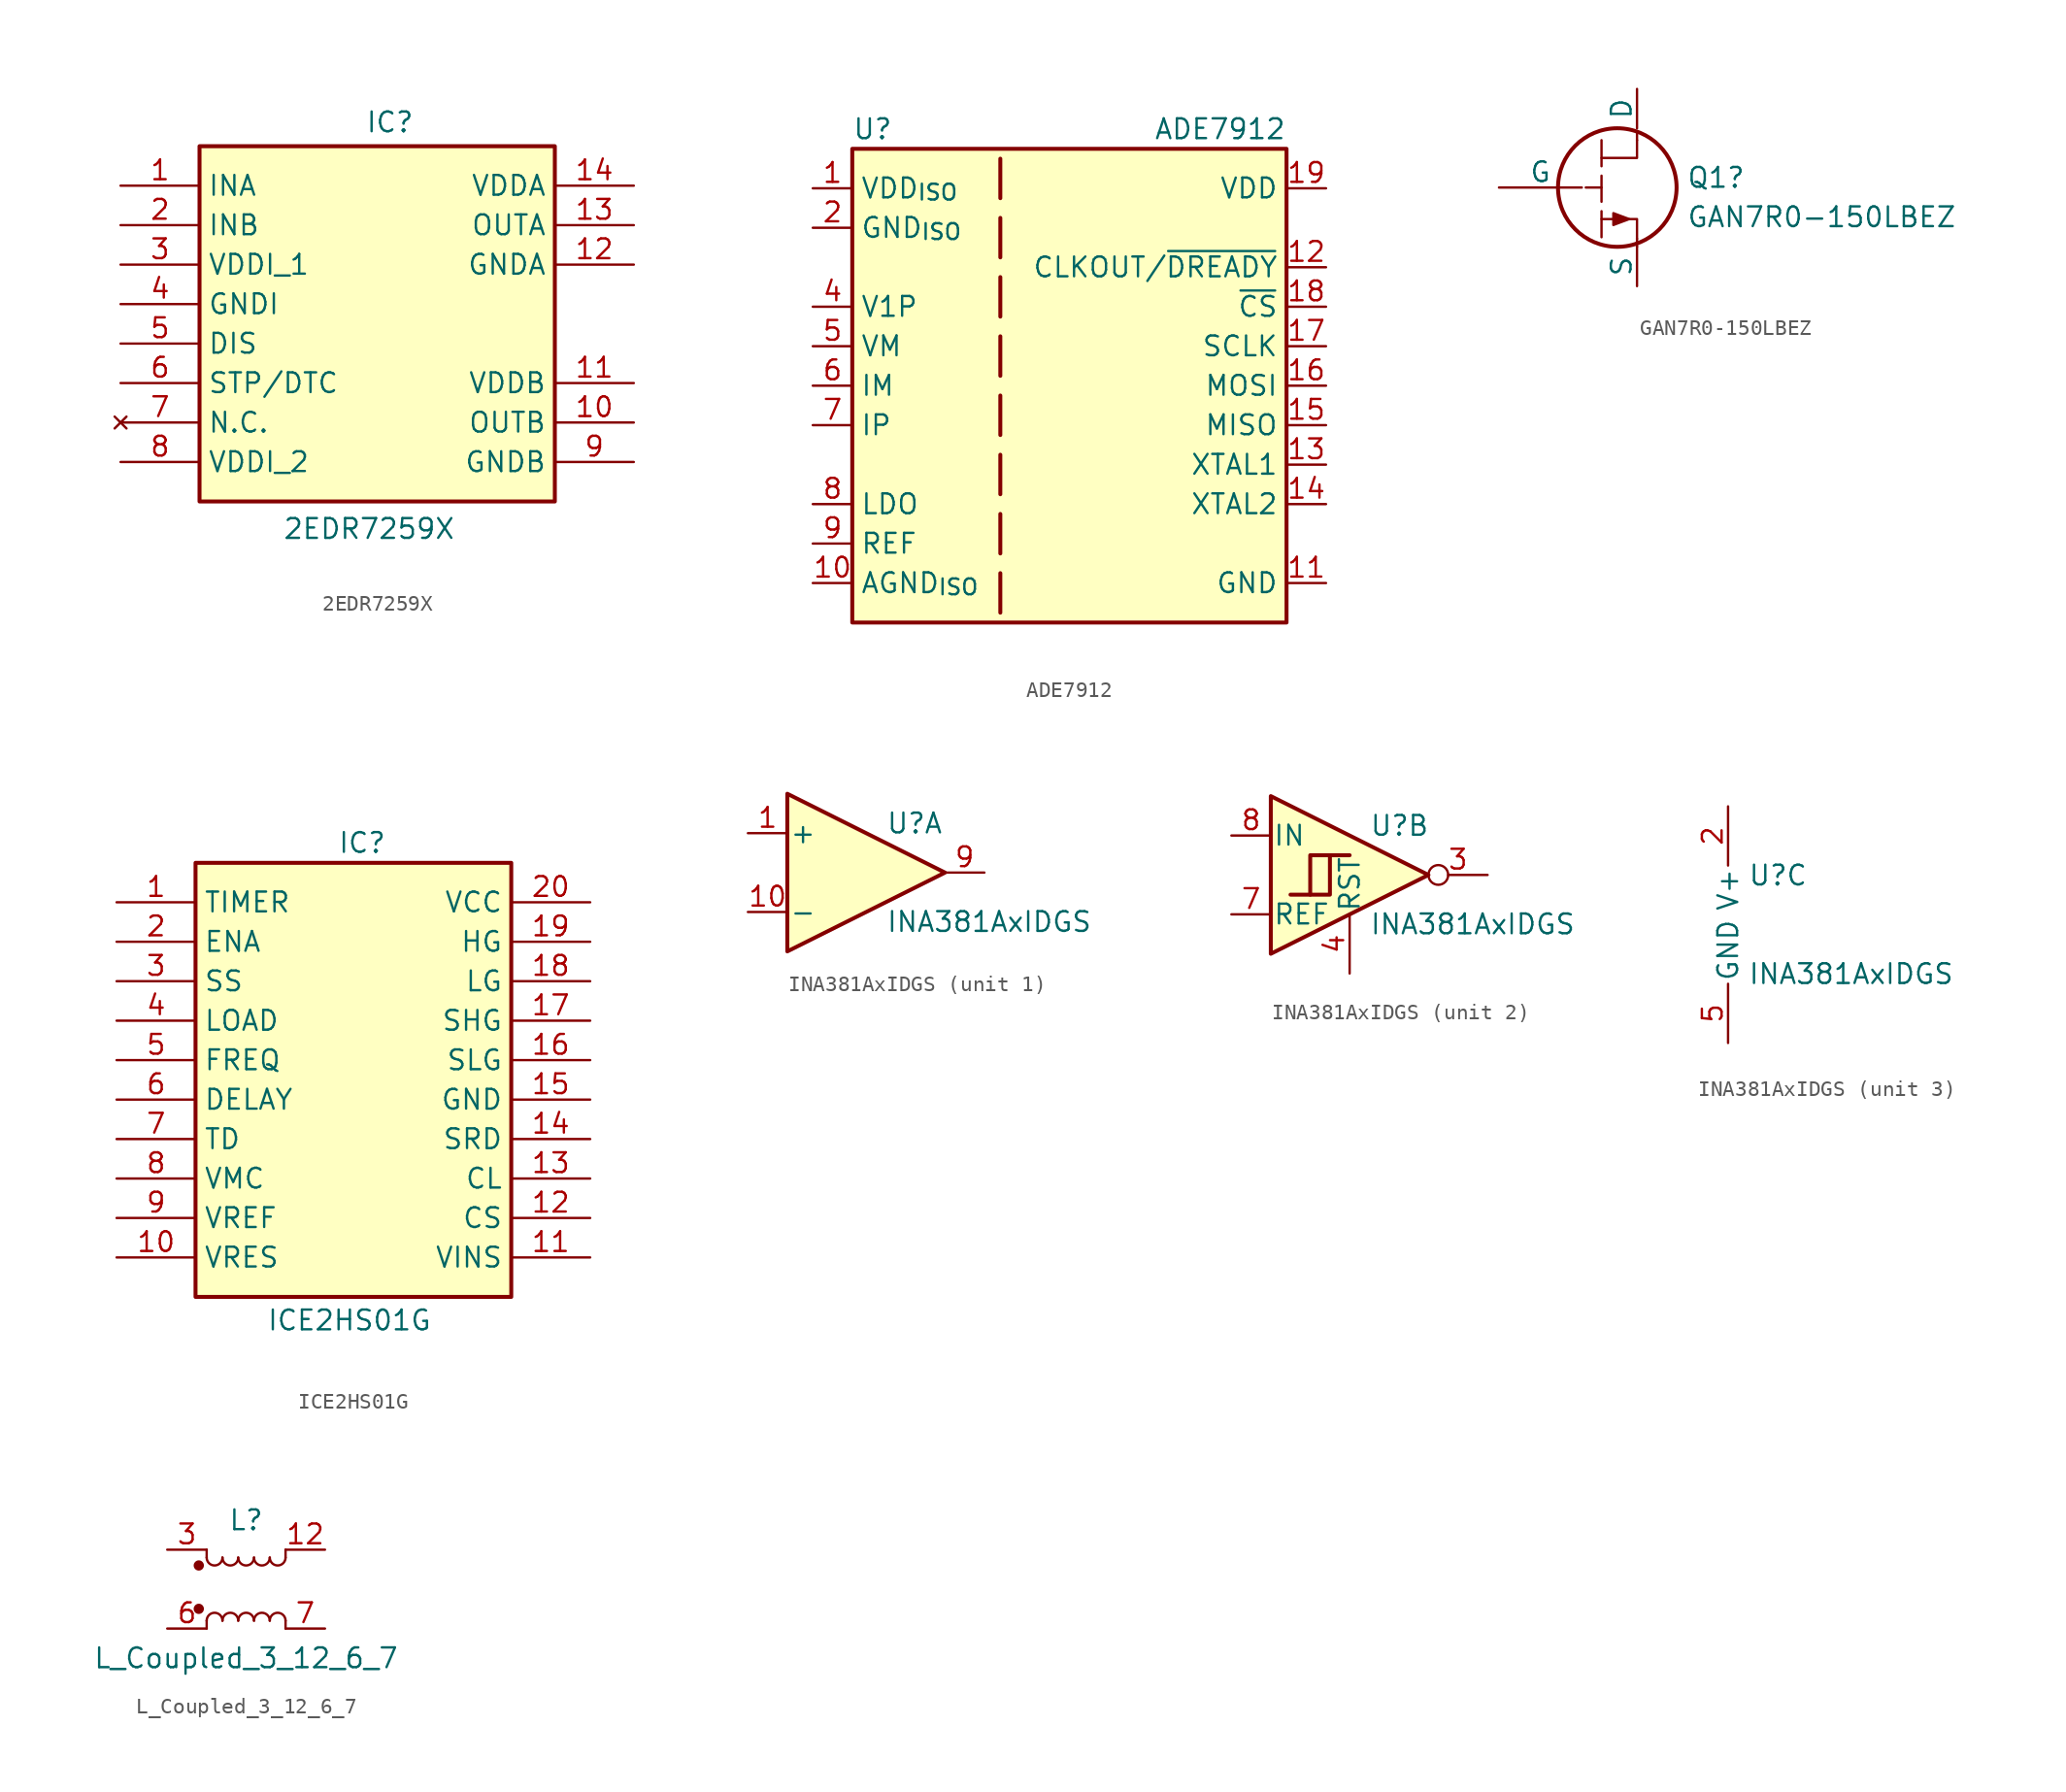
<source format=kicad_sym>
(kicad_symbol_lib
  (version 20231120)
  (generator "kicad_symbol_editor")
  (generator_version "8.0")
  (symbol "2EDR7259X"
    (property "Reference" "IC"
      (at -0.762 13.716 0)
      (effects (font (size 1.27 1.27)) (justify left top)))
    (property "Value" "2EDR7259X"
      (at -6.096 -12.446 0)
      (effects (font (size 1.27 1.27)) (justify left top)))
    (symbol "2EDR7259X_1_1"
      (rectangle (start -11.43 11.43) (end 11.43 -11.43) (stroke (width 0.254) (type default)) (fill (type background)))
      (pin passive line (at -16.51 8.89 0) (length 5.08) (name "INA" (effects (font (size 1.27 1.27)))) (number "1" (effects (font (size 1.27 1.27)))))
      (pin passive line (at 16.51 -6.35 180) (length 5.08) (name "OUTB" (effects (font (size 1.27 1.27)))) (number "10" (effects (font (size 1.27 1.27)))))
      (pin passive line (at 16.51 -3.81 180) (length 5.08) (name "VDDB" (effects (font (size 1.27 1.27)))) (number "11" (effects (font (size 1.27 1.27)))))
      (pin passive line (at 16.51 3.81 180) (length 5.08) (name "GNDA" (effects (font (size 1.27 1.27)))) (number "12" (effects (font (size 1.27 1.27)))))
      (pin passive line (at 16.51 6.35 180) (length 5.08) (name "OUTA" (effects (font (size 1.27 1.27)))) (number "13" (effects (font (size 1.27 1.27)))))
      (pin passive line (at 16.51 8.89 180) (length 5.08) (name "VDDA" (effects (font (size 1.27 1.27)))) (number "14" (effects (font (size 1.27 1.27)))))
      (pin passive line (at -16.51 6.35 0) (length 5.08) (name "INB" (effects (font (size 1.27 1.27)))) (number "2" (effects (font (size 1.27 1.27)))))
      (pin passive line (at -16.51 3.81 0) (length 5.08) (name "VDDI_1" (effects (font (size 1.27 1.27)))) (number "3" (effects (font (size 1.27 1.27)))))
      (pin passive line (at -16.51 1.27 0) (length 5.08) (name "GNDI" (effects (font (size 1.27 1.27)))) (number "4" (effects (font (size 1.27 1.27)))))
      (pin passive line (at -16.51 -1.27 0) (length 5.08) (name "DIS" (effects (font (size 1.27 1.27)))) (number "5" (effects (font (size 1.27 1.27)))))
      (pin passive line (at -16.51 -3.81 0) (length 5.08) (name "STP/DTC" (effects (font (size 1.27 1.27)))) (number "6" (effects (font (size 1.27 1.27)))))
      (pin no_connect line (at -16.51 -6.35 0) (length 5.08) (name "N.C." (effects (font (size 1.27 1.27)))) (number "7" (effects (font (size 1.27 1.27)))))
      (pin passive line (at -16.51 -8.89 0) (length 5.08) (name "VDDI_2" (effects (font (size 1.27 1.27)))) (number "8" (effects (font (size 1.27 1.27)))))
      (pin passive line (at 16.51 -8.89 180) (length 5.08) (name "GNDB" (effects (font (size 1.27 1.27)))) (number "9" (effects (font (size 1.27 1.27)))))))
  (symbol "ADE7912"
    (property "Reference" "U"
      (at -13.97 16.51 0)
      (effects (font (size 1.27 1.27)) (justify left)))
    (property "Value" "ADE7912"
      (at 13.97 16.51 0)
      (effects (font (size 1.27 1.27)) (justify right)))
    (symbol "ADE7912_0_1"
      (polyline (pts (xy -4.445 -12.065) (xy -4.445 -14.605)) (stroke (width 0.254) (type default)) (fill (type none)))
      (polyline (pts (xy -4.445 -8.255) (xy -4.445 -10.795)) (stroke (width 0.254) (type default)) (fill (type none)))
      (polyline (pts (xy -4.445 -4.445) (xy -4.445 -6.985)) (stroke (width 0.254) (type default)) (fill (type none)))
      (polyline (pts (xy -4.445 -0.635) (xy -4.445 -3.175)) (stroke (width 0.254) (type default)) (fill (type none)))
      (polyline (pts (xy -4.445 3.175) (xy -4.445 0.635)) (stroke (width 0.254) (type default)) (fill (type none)))
      (polyline (pts (xy -4.445 6.985) (xy -4.445 4.445)) (stroke (width 0.254) (type default)) (fill (type none)))
      (polyline (pts (xy -4.445 10.795) (xy -4.445 8.255)) (stroke (width 0.254) (type default)) (fill (type none)))
      (polyline (pts (xy -4.445 14.605) (xy -4.445 12.065)) (stroke (width 0.254) (type default)) (fill (type none))))
    (symbol "ADE7912_1_1"
      (rectangle (start -13.97 15.24) (end 13.97 -15.24) (stroke (width 0.254) (type default)) (fill (type background)))
      (pin power_in line (at -16.51 12.7 0) (length 2.54) (name "VDD_{ISO}" (effects (font (size 1.27 1.27)))) (number "1" (effects (font (size 1.27 1.27)))))
      (pin power_in line (at -16.51 -12.7 0) (length 2.54) (name "AGND_{ISO}" (effects (font (size 1.27 1.27)))) (number "10" (effects (font (size 1.27 1.27)))))
      (pin power_in line (at 16.51 -12.7 180) (length 2.54) (name "GND" (effects (font (size 1.27 1.27)))) (number "11" (effects (font (size 1.27 1.27)))))
      (pin output line (at 16.51 7.62 180) (length 2.54) (name "CLKOUT/~{DREADY}" (effects (font (size 1.27 1.27)))) (number "12" (effects (font (size 1.27 1.27)))) (alternate "CLKOUT" output line) (alternate "~{DREADY}" output line))
      (pin input line (at 16.51 -5.08 180) (length 2.54) (name "XTAL1" (effects (font (size 1.27 1.27)))) (number "13" (effects (font (size 1.27 1.27)))))
      (pin input line (at 16.51 -7.62 180) (length 2.54) (name "XTAL2" (effects (font (size 1.27 1.27)))) (number "14" (effects (font (size 1.27 1.27)))))
      (pin output line (at 16.51 -2.54 180) (length 2.54) (name "MISO" (effects (font (size 1.27 1.27)))) (number "15" (effects (font (size 1.27 1.27)))))
      (pin input line (at 16.51 0 180) (length 2.54) (name "MOSI" (effects (font (size 1.27 1.27)))) (number "16" (effects (font (size 1.27 1.27)))))
      (pin input line (at 16.51 2.54 180) (length 2.54) (name "SCLK" (effects (font (size 1.27 1.27)))) (number "17" (effects (font (size 1.27 1.27)))))
      (pin input line (at 16.51 5.08 180) (length 2.54) (name "~{CS}" (effects (font (size 1.27 1.27)))) (number "18" (effects (font (size 1.27 1.27)))))
      (pin power_in line (at 16.51 12.7 180) (length 2.54) (name "VDD" (effects (font (size 1.27 1.27)))) (number "19" (effects (font (size 1.27 1.27)))))
      (pin power_in line (at -16.51 10.16 0) (length 2.54) (name "GND_{ISO}" (effects (font (size 1.27 1.27)))) (number "2" (effects (font (size 1.27 1.27)))))
      (pin power_in line (at 16.51 -12.7 180) (length 2.54) hide (name "GND" (effects (font (size 1.27 1.27)))) (number "20" (effects (font (size 1.27 1.27)))))
      (pin input line (at -16.51 2.54 0) (length 2.54) hide (name "V2P" (effects (font (size 1.27 1.27)))) (number "3" (effects (font (size 1.27 1.27)))))
      (pin input line (at -16.51 5.08 0) (length 2.54) (name "V1P" (effects (font (size 1.27 1.27)))) (number "4" (effects (font (size 1.27 1.27)))))
      (pin input line (at -16.51 2.54 0) (length 2.54) (name "VM" (effects (font (size 1.27 1.27)))) (number "5" (effects (font (size 1.27 1.27)))))
      (pin input line (at -16.51 0 0) (length 2.54) (name "IM" (effects (font (size 1.27 1.27)))) (number "6" (effects (font (size 1.27 1.27)))))
      (pin input line (at -16.51 -2.54 0) (length 2.54) (name "IP" (effects (font (size 1.27 1.27)))) (number "7" (effects (font (size 1.27 1.27)))))
      (pin power_out line (at -16.51 -7.62 0) (length 2.54) (name "LDO" (effects (font (size 1.27 1.27)))) (number "8" (effects (font (size 1.27 1.27)))))
      (pin power_out line (at -16.51 -10.16 0) (length 2.54) (name "REF" (effects (font (size 1.27 1.27)))) (number "9" (effects (font (size 1.27 1.27)))))))
  (symbol "GAN7R0-150LBEZ"
    (pin_numbers hide)
    (pin_names
      (offset 0))
    (property "Reference" "Q1"
      (at 5.715 0.635 0)
      (effects (font (size 1.27 1.27)) (justify left)))
    (property "Value" "GAN7R0-150LBEZ "
      (at 5.715 -1.905 0)
      (effects (font (size 1.27 1.27)) (justify left)))
    (symbol "GAN7R0-150LBEZ_0_1"
      (polyline (pts (xy -0.762 0) (xy 0.254 0)) (stroke (width 0) (type default)) (fill (type none)))
      (polyline (pts (xy 0.254 3.048) (xy 0.254 -3.302)) (stroke (width 0) (type dash)) (fill (type none)))
      (polyline (pts (xy 2.54 -3.302) (xy 2.54 -3.81)) (stroke (width 0) (type default)) (fill (type none)))
      (polyline (pts (xy 2.54 3.048) (xy 2.54 3.556)) (stroke (width 0) (type default)) (fill (type none)))
      (polyline (pts (xy 2.54 -3.302) (xy 2.54 -2.032) (xy 0.254 -2.032)) (stroke (width 0) (type default)) (fill (type none)))
      (polyline (pts (xy 2.54 3.048) (xy 2.54 1.905) (xy 0.254 1.905)) (stroke (width 0) (type default)) (fill (type none)))
      (polyline (pts (xy 2.032 -2.032) (xy 1.016 -1.651) (xy 1.016 -2.413) (xy 2.032 -2.032)) (stroke (width 0) (type default)) (fill (type outline)))
      (circle (center 1.27 0) (radius 3.818) (stroke (width 0.254) (type default)) (fill (type none))))
    (symbol "GAN7R0-150LBEZ_1_1"
      (pin passive line (at 2.54 6.35 270) (length 2.54) (name "D" (effects (font (size 1.27 1.27)))) (number "1" (effects (font (size 1.27 1.27)))))
      (pin input line (at -6.35 0 0) (length 5.334) (name "G" (effects (font (size 1.27 1.27)))) (number "2" (effects (font (size 1.27 1.27)))))
      (pin passive line (at 2.54 -6.35 90) (length 2.54) (name "S" (effects (font (size 1.27 1.27)))) (number "3" (effects (font (size 1.27 1.27)))))))
  (symbol "ICE2HS01G"
    (property "Reference" "IC"
      (at -1.016 16.002 0)
      (effects (font (size 1.27 1.27)) (justify left top)))
    (property "Value" "ICE2HS01G"
      (at -5.588 -14.732 0)
      (effects (font (size 1.27 1.27)) (justify left top)))
    (symbol "ICE2HS01G_1_1"
      (rectangle (start -10.16 13.97) (end 10.16 -13.97) (stroke (width 0.254) (type default)) (fill (type background)))
      (pin passive line (at -15.24 11.43 0) (length 5.08) (name "TIMER" (effects (font (size 1.27 1.27)))) (number "1" (effects (font (size 1.27 1.27)))))
      (pin passive line (at -15.24 -11.43 0) (length 5.08) (name "VRES" (effects (font (size 1.27 1.27)))) (number "10" (effects (font (size 1.27 1.27)))))
      (pin passive line (at 15.24 -11.43 180) (length 5.08) (name "VINS" (effects (font (size 1.27 1.27)))) (number "11" (effects (font (size 1.27 1.27)))))
      (pin passive line (at 15.24 -8.89 180) (length 5.08) (name "CS" (effects (font (size 1.27 1.27)))) (number "12" (effects (font (size 1.27 1.27)))))
      (pin passive line (at 15.24 -6.35 180) (length 5.08) (name "CL" (effects (font (size 1.27 1.27)))) (number "13" (effects (font (size 1.27 1.27)))))
      (pin passive line (at 15.24 -3.81 180) (length 5.08) (name "SRD" (effects (font (size 1.27 1.27)))) (number "14" (effects (font (size 1.27 1.27)))))
      (pin passive line (at 15.24 -1.27 180) (length 5.08) (name "GND" (effects (font (size 1.27 1.27)))) (number "15" (effects (font (size 1.27 1.27)))))
      (pin passive line (at 15.24 1.27 180) (length 5.08) (name "SLG" (effects (font (size 1.27 1.27)))) (number "16" (effects (font (size 1.27 1.27)))))
      (pin passive line (at 15.24 3.81 180) (length 5.08) (name "SHG" (effects (font (size 1.27 1.27)))) (number "17" (effects (font (size 1.27 1.27)))))
      (pin passive line (at 15.24 6.35 180) (length 5.08) (name "LG" (effects (font (size 1.27 1.27)))) (number "18" (effects (font (size 1.27 1.27)))))
      (pin passive line (at 15.24 8.89 180) (length 5.08) (name "HG" (effects (font (size 1.27 1.27)))) (number "19" (effects (font (size 1.27 1.27)))))
      (pin passive line (at -15.24 8.89 0) (length 5.08) (name "ENA" (effects (font (size 1.27 1.27)))) (number "2" (effects (font (size 1.27 1.27)))))
      (pin passive line (at 15.24 11.43 180) (length 5.08) (name "VCC" (effects (font (size 1.27 1.27)))) (number "20" (effects (font (size 1.27 1.27)))))
      (pin passive line (at -15.24 6.35 0) (length 5.08) (name "SS" (effects (font (size 1.27 1.27)))) (number "3" (effects (font (size 1.27 1.27)))))
      (pin passive line (at -15.24 3.81 0) (length 5.08) (name "LOAD" (effects (font (size 1.27 1.27)))) (number "4" (effects (font (size 1.27 1.27)))))
      (pin passive line (at -15.24 1.27 0) (length 5.08) (name "FREQ" (effects (font (size 1.27 1.27)))) (number "5" (effects (font (size 1.27 1.27)))))
      (pin passive line (at -15.24 -1.27 0) (length 5.08) (name "DELAY" (effects (font (size 1.27 1.27)))) (number "6" (effects (font (size 1.27 1.27)))))
      (pin passive line (at -15.24 -3.81 0) (length 5.08) (name "TD" (effects (font (size 1.27 1.27)))) (number "7" (effects (font (size 1.27 1.27)))))
      (pin passive line (at -15.24 -6.35 0) (length 5.08) (name "VMC" (effects (font (size 1.27 1.27)))) (number "8" (effects (font (size 1.27 1.27)))))
      (pin passive line (at -15.24 -8.89 0) (length 5.08) (name "VREF" (effects (font (size 1.27 1.27)))) (number "9" (effects (font (size 1.27 1.27)))))))
  (symbol "INA381AxIDGS"
    (pin_names
      (offset 0.127))
    (property "Reference" "U"
      (at 1.27 3.175 0)
      (effects (font (size 1.27 1.27)) (justify left)))
    (property "Value" "INA381AxIDGS"
      (at 1.27 -3.175 0)
      (effects (font (size 1.27 1.27)) (justify left)))
    (property "ki_locked" ""
      (at 0 0 0)
      (effects (font (size 1.27 1.27))))
    (symbol "INA381AxIDGS_1_1"
      (polyline (pts (xy -5.08 5.08) (xy 5.08 0) (xy -5.08 -5.08) (xy -5.08 5.08)) (stroke (width 0.254) (type default)) (fill (type background)))
      (pin input line (at -7.62 2.54 0) (length 2.54) (name "+" (effects (font (size 1.27 1.27)))) (number "1" (effects (font (size 1.27 1.27)))))
      (pin input line (at -7.62 -2.54 0) (length 2.54) (name "-" (effects (font (size 1.27 1.27)))) (number "10" (effects (font (size 1.27 1.27)))))
      (pin no_connect line (at -2.54 -3.81 90) (length 2.54) hide (name "NC" (effects (font (size 1.27 1.27)))) (number "6" (effects (font (size 1.27 1.27)))))
      (pin output line (at 7.62 0 180) (length 2.54) (name "~" (effects (font (size 1.27 1.27)))) (number "9" (effects (font (size 1.27 1.27))))))
    (symbol "INA381AxIDGS_2_1"
      (polyline (pts (xy -2.54 -1.27) (xy -1.27 -1.27) (xy -1.27 1.27)) (stroke (width 0.254) (type default)) (fill (type background)))
      (polyline (pts (xy -5.08 5.08) (xy 5.08 0) (xy -5.08 -5.08) (xy -5.08 5.08)) (stroke (width 0.254) (type default)) (fill (type background)))
      (polyline (pts (xy -3.81 -1.27) (xy -2.54 -1.27) (xy -2.54 1.27) (xy 0 1.27)) (stroke (width 0.254) (type default)) (fill (type background)))
      (pin open_collector inverted (at 8.89 0 180) (length 3.81) (name "~" (effects (font (size 1.27 1.27)))) (number "3" (effects (font (size 1.27 1.27)))))
      (pin input line (at 0 -6.35 90) (length 3.81) (name "RST" (effects (font (size 1.27 1.27)))) (number "4" (effects (font (size 1.27 1.27)))))
      (pin input line (at -7.62 -2.54 0) (length 2.54) (name "REF" (effects (font (size 1.27 1.27)))) (number "7" (effects (font (size 1.27 1.27)))))
      (pin input line (at -7.62 2.54 0) (length 2.54) (name "IN" (effects (font (size 1.27 1.27)))) (number "8" (effects (font (size 1.27 1.27))))))
    (symbol "INA381AxIDGS_3_1"
      (pin power_in line (at 0 7.62 270) (length 3.81) (name "V+" (effects (font (size 1.27 1.27)))) (number "2" (effects (font (size 1.27 1.27)))))
      (pin power_in line (at 0 -7.62 90) (length 3.81) (name "GND" (effects (font (size 1.27 1.27)))) (number "5" (effects (font (size 1.27 1.27)))))))
  (symbol "L_Coupled_3_12_6_7"
    (pin_names
      (offset 0.254) hide)
    (property "Reference" "L"
      (at 0 4.445 0)
      (effects (font (size 1.27 1.27))))
    (property "Value" "L_Coupled_3_12_6_7"
      (at 0 -4.445 0)
      (effects (font (size 1.27 1.27))))
    (symbol "L_Coupled_3_12_6_7_0_1"
      (circle (center -3.048 -1.27) (radius 0.254) (stroke (width 0) (type default)) (fill (type outline)))
      (circle (center -3.048 1.524) (radius 0.254) (stroke (width 0) (type default)) (fill (type outline)))
      (arc (start -2.54 2.032) (mid -2.032 1.5262) (end -1.524 2.032) (stroke (width 0) (type default)) (fill (type none)))
      (arc (start -1.524 -2.032) (mid -2.032 -1.5262) (end -2.54 -2.032) (stroke (width 0) (type default)) (fill (type none)))
      (arc (start -1.524 2.032) (mid -1.016 1.5262) (end -0.508 2.032) (stroke (width 0) (type default)) (fill (type none)))
      (arc (start -0.508 -2.032) (mid -1.016 -1.5262) (end -1.524 -2.032) (stroke (width 0) (type default)) (fill (type none)))
      (arc (start -0.508 2.032) (mid 0 1.5262) (end 0.508 2.032) (stroke (width 0) (type default)) (fill (type none)))
      (polyline (pts (xy -2.54 -2.032) (xy -2.54 -2.54)) (stroke (width 0) (type default)) (fill (type none)))
      (polyline (pts (xy -2.54 2.032) (xy -2.54 2.54)) (stroke (width 0) (type default)) (fill (type none)))
      (polyline (pts (xy 2.54 -2.032) (xy 2.54 -2.54)) (stroke (width 0) (type default)) (fill (type none)))
      (polyline (pts (xy 2.54 2.54) (xy 2.54 2.032)) (stroke (width 0) (type default)) (fill (type none)))
      (arc (start 0.508 -2.032) (mid 0 -1.5262) (end -0.508 -2.032) (stroke (width 0) (type default)) (fill (type none)))
      (arc (start 0.508 2.032) (mid 1.016 1.5262) (end 1.524 2.032) (stroke (width 0) (type default)) (fill (type none)))
      (arc (start 1.524 -2.032) (mid 1.016 -1.5262) (end 0.508 -2.032) (stroke (width 0) (type default)) (fill (type none)))
      (arc (start 1.524 2.032) (mid 2.032 1.5262) (end 2.54 2.032) (stroke (width 0) (type default)) (fill (type none)))
      (arc (start 2.54 -2.032) (mid 2.032 -1.5262) (end 1.524 -2.032) (stroke (width 0) (type default)) (fill (type none))))
    (symbol "L_Coupled_3_12_6_7_1_1"
      (pin passive line (at 5.08 2.54 180) (length 2.54) (name "12" (effects (font (size 1.27 1.27)))) (number "12" (effects (font (size 1.27 1.27)))))
      (pin passive line (at -5.08 2.54 0) (length 2.54) (name "3" (effects (font (size 1.27 1.27)))) (number "3" (effects (font (size 1.27 1.27)))))
      (pin passive line (at -5.08 -2.54 0) (length 2.54) (name "6" (effects (font (size 1.27 1.27)))) (number "6" (effects (font (size 1.27 1.27)))))
      (pin passive line (at 5.08 -2.54 180) (length 2.54) (name "7" (effects (font (size 1.27 1.27)))) (number "7" (effects (font (size 1.27 1.27))))))))
</source>
